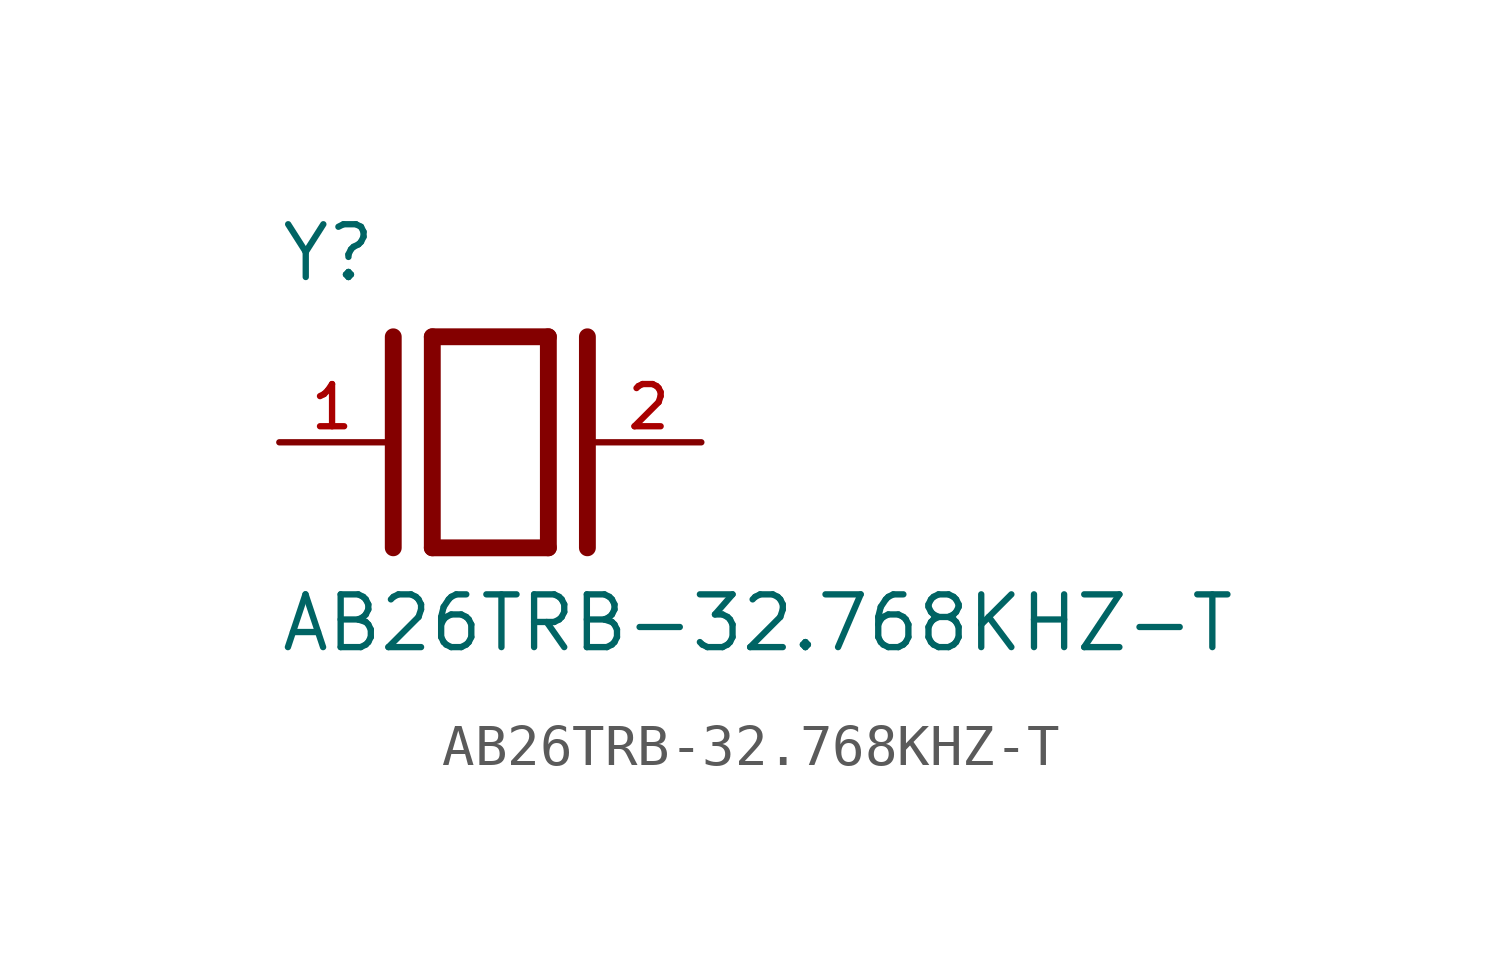
<source format=kicad_sym>
(kicad_symbol_lib
  (version 20211014)
  (generator kicad_symbol_editor)
  (symbol "AB26TRB-32.768KHZ-T"
    (pin_names
      (offset 1.016))
    (property "Reference" "Y"
      (at -5.088 3.816 0)
      (effects (font (size 1.27 1.27)) (justify bottom left)))
    (property "Value" "AB26TRB-32.768KHZ-T"
      (at -5.094 -5.094 0)
      (effects (font (size 1.27 1.27)) (justify bottom left)))
    (symbol "AB26TRB-32.768KHZ-T_0_0"
      (polyline (pts (xy -1.397 2.54) (xy 1.397 2.54)) (stroke (width 0.406)))
      (polyline (pts (xy 1.397 2.54) (xy 1.397 -2.54)) (stroke (width 0.406)))
      (polyline (pts (xy 1.397 -2.54) (xy -1.397 -2.54)) (stroke (width 0.406)))
      (polyline (pts (xy -1.397 2.54) (xy -1.397 -2.54)) (stroke (width 0.406)))
      (polyline (pts (xy 2.337 2.54) (xy 2.337 -2.54)) (stroke (width 0.406)))
      (polyline (pts (xy -2.337 2.54) (xy -2.337 -2.54)) (stroke (width 0.406)))
      (pin passive line (at 5.08 0.0 180.0) (length 2.54) (name "~" (effects (font (size 1.016 1.016)))) (number "2" (effects (font (size 1.016 1.016)))))
      (pin passive line (at -5.08 0.0 0) (length 2.54) (name "~" (effects (font (size 1.016 1.016)))) (number "1" (effects (font (size 1.016 1.016))))))))
</source>
